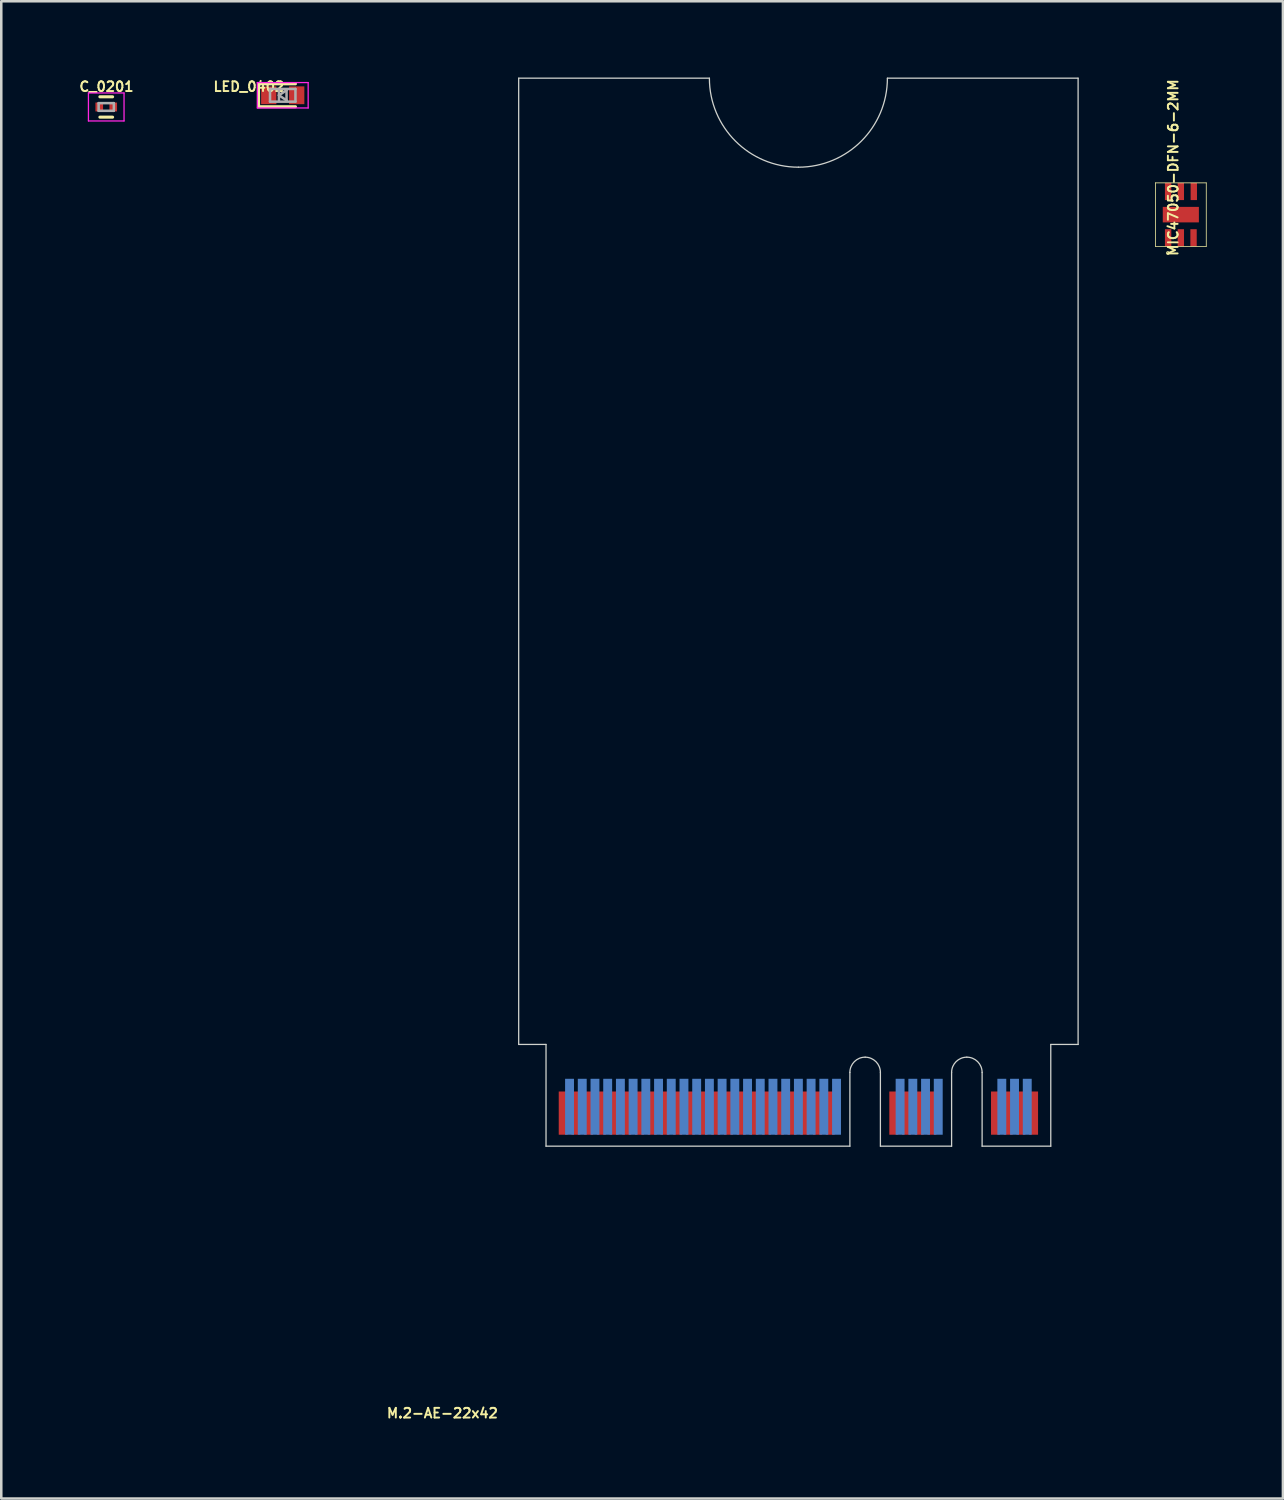
<source format=kicad_pcb>
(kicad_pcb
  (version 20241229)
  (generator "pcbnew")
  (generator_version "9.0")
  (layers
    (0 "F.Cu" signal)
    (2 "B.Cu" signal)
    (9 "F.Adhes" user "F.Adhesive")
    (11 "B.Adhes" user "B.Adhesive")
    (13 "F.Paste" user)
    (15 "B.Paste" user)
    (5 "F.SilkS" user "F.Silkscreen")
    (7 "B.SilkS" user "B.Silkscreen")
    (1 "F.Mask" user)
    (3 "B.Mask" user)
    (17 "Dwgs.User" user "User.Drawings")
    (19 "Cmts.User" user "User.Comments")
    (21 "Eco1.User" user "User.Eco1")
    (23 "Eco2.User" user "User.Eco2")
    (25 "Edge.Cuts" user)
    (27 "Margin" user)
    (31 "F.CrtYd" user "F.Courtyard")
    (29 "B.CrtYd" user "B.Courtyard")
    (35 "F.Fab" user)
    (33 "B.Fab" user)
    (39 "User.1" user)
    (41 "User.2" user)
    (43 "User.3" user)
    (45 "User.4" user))
  (footprint "MIC47050-DFN-6-2MM"
    (layer "F.Cu")
    (at 43.388 5.391)
    (property "Reference" "MIC47050-DFN-6-2MM" (at -0.3 -1.85 270) (layer "F.SilkS") (effects (font (size 0.381 0.381) (thickness 0.076))))
    (attr smd)
    (fp_line (start -1 -1.25) (end -1 1.25) (stroke (width 0.03) (type solid)) (layer "F.SilkS"))
    (fp_line (start -1 1.25) (end 1 1.25) (stroke (width 0.03) (type solid)) (layer "F.SilkS"))
    (fp_line (start 1 -1.25) (end -1 -1.25) (stroke (width 0.03) (type solid)) (layer "F.SilkS"))
    (fp_line (start 1 1.25) (end 1 -1.25) (stroke (width 0.03) (type solid)) (layer "F.SilkS"))
    (fp_circle (center -0.51 1.51) (end -0.452 1.51) (stroke (width 0.03) (type solid)) (fill no) (layer "F.SilkS"))
    (pad "1" smd rect (at -0.5 0.91 90) (size 0.675 0.25) (layers "F.Cu" "F.Mask" "F.Paste"))
    (pad "2" smd rect (at 0 0.91 90) (size 0.675 0.25) (layers "F.Cu" "F.Mask" "F.Paste"))
    (pad "3" smd rect (at 0.5 0.91 90) (size 0.675 0.25) (layers "F.Cu" "F.Mask" "F.Paste"))
    (pad "4" smd rect (at 0.51 -0.91 90) (size 0.675 0.25) (layers "F.Cu" "F.Mask" "F.Paste"))
    (pad "5" smd rect (at 0 -0.91 90) (size 0.675 0.25) (layers "F.Cu" "F.Mask" "F.Paste"))
    (pad "6" smd rect (at -0.5 -0.91 90) (size 0.675 0.25) (layers "F.Cu" "F.Mask" "F.Paste"))
    (pad "7" smd rect (at 0 0 90) (size 0.61 1.42) (layers "F.Cu" "F.Mask" "F.Paste")))
  (footprint "LED_0402"
    (layer "F.Cu")
    (at 8.069 0.697)
    (property "Reference" "LED_0402" (at -1.33 -0.34 0) (layer "F.SilkS") (effects (font (size 0.381 0.381) (thickness 0.076))))
    (attr smd)
    (fp_line (start -0.95 -0.45) (end -0.95 0.45) (stroke (width 0.12) (type solid)) (layer "F.SilkS"))
    (fp_line (start -0.95 -0.45) (end 0.5 -0.45) (stroke (width 0.12) (type solid)) (layer "F.SilkS"))
    (fp_line (start -0.95 0.45) (end 0.5 0.45) (stroke (width 0.12) (type solid)) (layer "F.SilkS"))
    (fp_line (start -1 -0.5) (end 1 -0.5) (stroke (width 0.05) (type solid)) (layer "F.CrtYd"))
    (fp_line (start -1 0.5) (end -1 -0.5) (stroke (width 0.05) (type solid)) (layer "F.CrtYd"))
    (fp_line (start 1 -0.5) (end 1 0.5) (stroke (width 0.05) (type solid)) (layer "F.CrtYd"))
    (fp_line (start 1 0.5) (end -1 0.5) (stroke (width 0.05) (type solid)) (layer "F.CrtYd"))
    (fp_line (start -0.5 -0.25) (end 0.5 -0.25) (stroke (width 0.1) (type solid)) (layer "F.Fab"))
    (fp_line (start -0.5 0.25) (end -0.5 -0.25) (stroke (width 0.1) (type solid)) (layer "F.Fab"))
    (fp_line (start -0.15 -0.2) (end -0.15 0.2) (stroke (width 0.1) (type solid)) (layer "F.Fab"))
    (fp_line (start -0.15 0) (end 0.15 -0.2) (stroke (width 0.1) (type solid)) (layer "F.Fab"))
    (fp_line (start 0.15 -0.2) (end 0.15 0.2) (stroke (width 0.1) (type solid)) (layer "F.Fab"))
    (fp_line (start 0.15 0.2) (end -0.15 0) (stroke (width 0.1) (type solid)) (layer "F.Fab"))
    (fp_line (start 0.5 -0.25) (end 0.5 0.25) (stroke (width 0.1) (type solid)) (layer "F.Fab"))
    (fp_line (start 0.5 0.25) (end -0.5 0.25) (stroke (width 0.1) (type solid)) (layer "F.Fab"))
    (pad "1" smd rect (at -0.55 0 180) (size 0.6 0.7) (layers "F.Cu" "F.Mask" "F.Paste"))
    (pad "2" smd rect (at 0.55 0 180) (size 0.6 0.7) (layers "F.Cu" "F.Mask" "F.Paste")))
  (footprint "M.2-AE-22x42"
    (layer "F.Cu")
    (at 28.348 42.025)
    (property "Reference" "M.2-AE-22x42" (at -14 10.5 0) (layer "F.SilkS") (effects (font (size 0.381 0.381) (thickness 0.076))))
    (attr through_hole)
    (fp_line (start -11 -42) (end -3.5 -42) (stroke (width 0.05) (type solid)) (layer "Edge.Cuts"))
    (fp_line (start -11 -4) (end -11 -42) (stroke (width 0.05) (type solid)) (layer "Edge.Cuts"))
    (fp_line (start -9.925 -4) (end -11 -4) (stroke (width 0.05) (type solid)) (layer "Edge.Cuts"))
    (fp_line (start -9.925 0) (end -9.925 -4) (stroke (width 0.05) (type solid)) (layer "Edge.Cuts"))
    (fp_line (start 2.025 0) (end -9.925 0) (stroke (width 0.05) (type solid)) (layer "Edge.Cuts"))
    (fp_line (start 2.025 0) (end 2.025 -2.9) (stroke (width 0.05) (type solid)) (layer "Edge.Cuts"))
    (fp_line (start 3.225 0) (end 3.225 -2.9) (stroke (width 0.05) (type solid)) (layer "Edge.Cuts"))
    (fp_line (start 6.025 0) (end 3.225 0) (stroke (width 0.05) (type solid)) (layer "Edge.Cuts"))
    (fp_line (start 6.025 0) (end 6.025 -2.9) (stroke (width 0.05) (type solid)) (layer "Edge.Cuts"))
    (fp_line (start 7.225 0) (end 7.225 -2.9) (stroke (width 0.05) (type solid)) (layer "Edge.Cuts"))
    (fp_line (start 9.925 -4) (end 11 -4) (stroke (width 0.05) (type solid)) (layer "Edge.Cuts"))
    (fp_line (start 9.925 0) (end 7.225 0) (stroke (width 0.05) (type solid)) (layer "Edge.Cuts"))
    (fp_line (start 9.925 0) (end 9.925 -4) (stroke (width 0.05) (type solid)) (layer "Edge.Cuts"))
    (fp_line (start 11 -42) (end 3.5 -42) (stroke (width 0.05) (type solid)) (layer "Edge.Cuts"))
    (fp_line (start 11 -4) (end 11 -42) (stroke (width 0.05) (type solid)) (layer "Edge.Cuts"))
    (fp_arc (start 0 -38.5) (mid -2.474874 -39.525126) (end -3.5 -42) (stroke (width 0.05) (type solid)) (layer "Edge.Cuts"))
    (fp_arc (start 2.025 -2.9) (mid 2.200736 -3.324264) (end 2.625 -3.5) (stroke (width 0.05) (type solid)) (layer "Edge.Cuts"))
    (fp_arc (start 2.625 -3.5) (mid 3.049264 -3.324264) (end 3.225 -2.9) (stroke (width 0.05) (type solid)) (layer "Edge.Cuts"))
    (fp_arc (start 3.5 -42) (mid 2.474874 -39.525126) (end 0 -38.5) (stroke (width 0.05) (type solid)) (layer "Edge.Cuts"))
    (fp_arc (start 6.025 -2.9) (mid 6.200736 -3.324264) (end 6.625 -3.5) (stroke (width 0.05) (type solid)) (layer "Edge.Cuts"))
    (fp_arc (start 6.625 -3.5) (mid 7.049264 -3.324264) (end 7.225 -2.9) (stroke (width 0.05) (type solid)) (layer "Edge.Cuts"))
    (pad "1" smd rect (at 9.25 -1.3) (size 0.35 1.7) (layers "F.Cu"))
    (pad "2" smd rect (at 9 -1.55) (size 0.35 2.2) (layers "B.Cu"))
    (pad "3" smd rect (at 8.75 -1.3) (size 0.35 1.7) (layers "F.Cu"))
    (pad "4" smd rect (at 8.5 -1.55) (size 0.35 2.2) (layers "B.Cu"))
    (pad "5" smd rect (at 8.25 -1.3) (size 0.35 1.7) (layers "F.Cu"))
    (pad "6" smd rect (at 8 -1.55) (size 0.35 2.2) (layers "B.Cu"))
    (pad "7" smd rect (at 7.75 -1.3) (size 0.35 1.7) (layers "F.Cu"))
    (pad "16" smd rect (at 5.5 -1.55) (size 0.35 2.2) (layers "B.Cu"))
    (pad "17" smd rect (at 5.25 -1.3) (size 0.35 1.7) (layers "F.Cu"))
    (pad "18" smd rect (at 5 -1.55) (size 0.35 2.2) (layers "B.Cu"))
    (pad "19" smd rect (at 4.75 -1.3) (size 0.35 1.7) (layers "F.Cu"))
    (pad "20" smd rect (at 4.5 -1.55) (size 0.35 2.2) (layers "B.Cu"))
    (pad "21" smd rect (at 4.25 -1.3) (size 0.35 1.7) (layers "F.Cu"))
    (pad "22" smd rect (at 4 -1.55) (size 0.35 2.2) (layers "B.Cu"))
    (pad "23" smd rect (at 3.75 -1.3) (size 0.35 1.7) (layers "F.Cu"))
    (pad "32" smd rect (at 1.5 -1.55) (size 0.35 2.2) (layers "B.Cu"))
    (pad "33" smd rect (at 1.25 -1.3) (size 0.35 1.7) (layers "F.Cu"))
    (pad "34" smd rect (at 1 -1.55) (size 0.35 2.2) (layers "B.Cu"))
    (pad "35" smd rect (at 0.75 -1.3) (size 0.35 1.7) (layers "F.Cu"))
    (pad "36" smd rect (at 0.5 -1.55) (size 0.35 2.2) (layers "B.Cu"))
    (pad "37" smd rect (at 0.25 -1.3) (size 0.35 1.7) (layers "F.Cu"))
    (pad "38" smd rect (at 0 -1.55) (size 0.35 2.2) (layers "B.Cu"))
    (pad "39" smd rect (at -0.25 -1.3) (size 0.35 1.7) (layers "F.Cu"))
    (pad "40" smd rect (at -0.5 -1.55) (size 0.35 2.2) (layers "B.Cu"))
    (pad "41" smd rect (at -0.75 -1.3) (size 0.35 1.7) (layers "F.Cu"))
    (pad "42" smd rect (at -1 -1.55) (size 0.35 2.2) (layers "B.Cu"))
    (pad "43" smd rect (at -1.25 -1.3) (size 0.35 1.7) (layers "F.Cu"))
    (pad "44" smd rect (at -1.5 -1.55) (size 0.35 2.2) (layers "B.Cu"))
    (pad "45" smd rect (at -1.75 -1.3) (size 0.35 1.7) (layers "F.Cu"))
    (pad "46" smd rect (at -2 -1.55) (size 0.35 2.2) (layers "B.Cu"))
    (pad "47" smd rect (at -2.25 -1.3) (size 0.35 1.7) (layers "F.Cu"))
    (pad "48" smd rect (at -2.5 -1.55) (size 0.35 2.2) (layers "B.Cu"))
    (pad "49" smd rect (at -2.75 -1.3) (size 0.35 1.7) (layers "F.Cu"))
    (pad "50" smd rect (at -3 -1.55) (size 0.35 2.2) (layers "B.Cu"))
    (pad "51" smd rect (at -3.25 -1.3) (size 0.35 1.7) (layers "F.Cu"))
    (pad "52" smd rect (at -3.5 -1.55) (size 0.35 2.2) (layers "B.Cu"))
    (pad "53" smd rect (at -3.75 -1.3) (size 0.35 1.7) (layers "F.Cu"))
    (pad "54" smd rect (at -4 -1.55) (size 0.35 2.2) (layers "B.Cu"))
    (pad "55" smd rect (at -4.25 -1.3) (size 0.35 1.7) (layers "F.Cu"))
    (pad "56" smd rect (at -4.5 -1.55) (size 0.35 2.2) (layers "B.Cu"))
    (pad "57" smd rect (at -4.75 -1.3) (size 0.35 1.7) (layers "F.Cu"))
    (pad "58" smd rect (at -5 -1.55) (size 0.35 2.2) (layers "B.Cu"))
    (pad "59" smd rect (at -5.25 -1.3) (size 0.35 1.7) (layers "F.Cu"))
    (pad "60" smd rect (at -5.5 -1.55) (size 0.35 2.2) (layers "B.Cu"))
    (pad "61" smd rect (at -5.75 -1.3) (size 0.35 1.7) (layers "F.Cu"))
    (pad "62" smd rect (at -6 -1.55) (size 0.35 2.2) (layers "B.Cu"))
    (pad "63" smd rect (at -6.25 -1.3) (size 0.35 1.7) (layers "F.Cu"))
    (pad "64" smd rect (at -6.5 -1.55) (size 0.35 2.2) (layers "B.Cu"))
    (pad "65" smd rect (at -6.75 -1.3) (size 0.35 1.7) (layers "F.Cu"))
    (pad "66" smd rect (at -7 -1.55) (size 0.35 2.2) (layers "B.Cu"))
    (pad "67" smd rect (at -7.25 -1.3) (size 0.35 1.7) (layers "F.Cu"))
    (pad "68" smd rect (at -7.5 -1.55) (size 0.35 2.2) (layers "B.Cu"))
    (pad "69" smd rect (at -7.75 -1.3) (size 0.35 1.7) (layers "F.Cu"))
    (pad "70" smd rect (at -8 -1.55) (size 0.35 2.2) (layers "B.Cu"))
    (pad "71" smd rect (at -8.25 -1.3) (size 0.35 1.7) (layers "F.Cu"))
    (pad "72" smd rect (at -8.5 -1.55) (size 0.35 2.2) (layers "B.Cu"))
    (pad "73" smd rect (at -8.75 -1.3) (size 0.35 1.7) (layers "F.Cu"))
    (pad "74" smd rect (at -9 -1.55) (size 0.35 2.2) (layers "B.Cu"))
    (pad "75" smd rect (at -9.25 -1.3) (size 0.35 1.7) (layers "F.Cu")))
  (footprint "C_0201"
    (layer "F.Cu")
    (at 1.128 1.157)
    (property "Reference" "C_0201" (at 0.01 -0.8 0) (layer "F.SilkS") (effects (font (size 0.381 0.381) (thickness 0.076))))
    (attr smd)
    (fp_line (start -0.25 -0.4) (end 0.25 -0.4) (stroke (width 0.12) (type solid)) (layer "F.SilkS"))
    (fp_line (start 0.25 0.4) (end -0.25 0.4) (stroke (width 0.12) (type solid)) (layer "F.SilkS"))
    (fp_line (start -0.7 -0.55) (end -0.7 0.55) (stroke (width 0.05) (type solid)) (layer "F.CrtYd"))
    (fp_line (start -0.7 -0.55) (end 0.7 -0.55) (stroke (width 0.05) (type solid)) (layer "F.CrtYd"))
    (fp_line (start -0.7 0.55) (end 0.7 0.55) (stroke (width 0.05) (type solid)) (layer "F.CrtYd"))
    (fp_line (start 0.7 -0.55) (end 0.7 0.55) (stroke (width 0.05) (type solid)) (layer "F.CrtYd"))
    (fp_line (start -0.3 -0.15) (end 0.3 -0.15) (stroke (width 0.1) (type solid)) (layer "F.Fab"))
    (fp_line (start -0.3 0.15) (end -0.3 -0.15) (stroke (width 0.1) (type solid)) (layer "F.Fab"))
    (fp_line (start 0.3 -0.15) (end 0.3 0.15) (stroke (width 0.1) (type solid)) (layer "F.Fab"))
    (fp_line (start 0.3 0.15) (end -0.3 0.15) (stroke (width 0.1) (type solid)) (layer "F.Fab"))
    (pad "1" smd rect (at -0.275 0) (size 0.3 0.35) (layers "F.Cu" "F.Mask" "F.Paste"))
    (pad "2" smd rect (at 0.275 0) (size 0.3 0.35) (layers "F.Cu" "F.Mask" "F.Paste")))
  (gr_rect
    (start -3 -3)
    (end 47.403 55.882)
    (stroke (width 0.1) (type default))
    (fill no)
    (layer "Edge.Cuts")))
</source>
